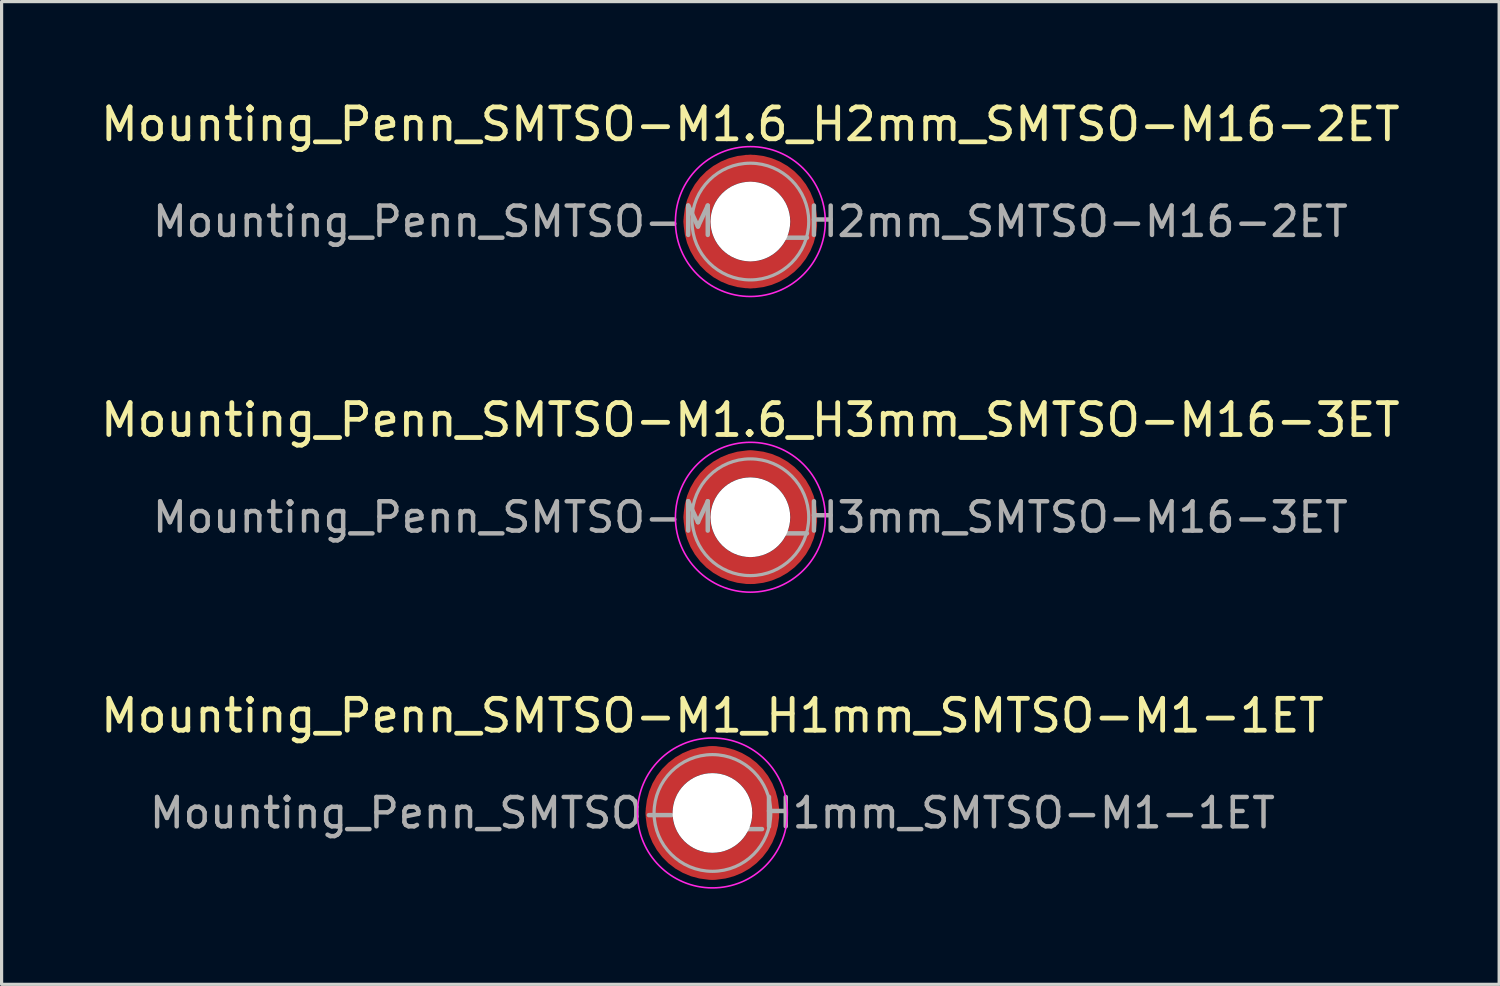
<source format=kicad_pcb>
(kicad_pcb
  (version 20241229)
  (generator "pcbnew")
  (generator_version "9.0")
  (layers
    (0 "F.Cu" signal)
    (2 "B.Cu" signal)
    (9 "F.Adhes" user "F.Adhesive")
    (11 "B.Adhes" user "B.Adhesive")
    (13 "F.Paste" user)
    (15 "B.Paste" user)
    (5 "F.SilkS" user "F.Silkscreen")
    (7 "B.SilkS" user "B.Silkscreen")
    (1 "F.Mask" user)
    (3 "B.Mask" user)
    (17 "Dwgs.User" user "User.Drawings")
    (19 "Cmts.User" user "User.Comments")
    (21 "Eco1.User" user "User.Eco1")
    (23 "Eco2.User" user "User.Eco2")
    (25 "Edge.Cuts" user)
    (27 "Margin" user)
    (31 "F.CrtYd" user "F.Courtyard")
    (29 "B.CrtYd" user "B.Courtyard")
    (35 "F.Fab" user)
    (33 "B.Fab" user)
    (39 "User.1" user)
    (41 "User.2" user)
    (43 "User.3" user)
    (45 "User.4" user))
  (footprint "Mounting_Penn_SMTSO-M1_H1mm_SMTSO-M1-1ET"
    (layer "F.Cu")
    (at 19.292 22.445)
    (property "Reference" "Mounting_Penn_SMTSO-M1_H1mm_SMTSO-M1-1ET" (at 0 -3.05 0) (layer "F.SilkS") (effects (font (size 1 1) (thickness 0.15))))
    (attr smd)
    (fp_circle (center 0 0) (end 2.35 0) (stroke (width 0.05) (type solid)) (fill no) (layer "F.CrtYd"))
    (fp_circle (center 0 0) (end 1.83 0) (stroke (width 0.1) (type solid)) (fill no) (layer "F.Fab"))
    (fp_text user "${REFERENCE}" (at 0 0 0) (layer "F.Fab") (effects (font (size 0.92 0.92) (thickness 0.14))))
    (pad "" smd custom (at -1.183 -1.183) (size 0.323 0.323) (layers "F.Paste") (options (anchor circle)) (primitives (gr_arc (start -0.23599 0.882636) (mid 0.157331 0.157331) (end 0.882636 -0.23599) (width 0.2)) (gr_arc (start -0.326841 0.882636) (mid 0.094399 0.094399) (end 0.882636 -0.326841) (width 0.2)) (gr_arc (start -0.417484 0.882636) (mid 0.031466 0.031466) (end 0.882636 -0.417484) (width 0.2)) (gr_arc (start -0.507952 0.882636) (mid -0.031466 -0.031466) (end 0.882636 -0.507952) (width 0.2)) (gr_arc (start -0.598273 0.882636) (mid -0.094399 -0.094399) (end 0.882636 -0.598273) (width 0.2)) (gr_arc (start -0.688467 0.882636) (mid -0.157332 -0.157332) (end 0.882636 -0.688467) (width 0.2)) (gr_line (start 0.883 -0.236) (end 0.883 -0.688) (width 0.2)) (gr_line (start -0.236 0.883) (end -0.688 0.883) (width 0.2))))
    (pad "" smd custom (at -1.183 1.183) (size 0.323 0.323) (layers "F.Paste") (options (anchor circle)) (primitives (gr_arc (start 0.882636 0.23599) (mid 0.157331 -0.157331) (end -0.23599 -0.882636) (width 0.2)) (gr_arc (start 0.882636 0.326841) (mid 0.094399 -0.094399) (end -0.326841 -0.882636) (width 0.2)) (gr_arc (start 0.882636 0.417484) (mid 0.031466 -0.031466) (end -0.417484 -0.882636) (width 0.2)) (gr_arc (start 0.882636 0.507952) (mid -0.031466 0.031466) (end -0.507952 -0.882636) (width 0.2)) (gr_arc (start 0.882636 0.598273) (mid -0.094399 0.094399) (end -0.598273 -0.882636) (width 0.2)) (gr_arc (start 0.882636 0.688467) (mid -0.157332 0.157332) (end -0.688467 -0.882636) (width 0.2)) (gr_line (start -0.236 -0.883) (end -0.688 -0.883) (width 0.2)) (gr_line (start 0.883 0.236) (end 0.883 0.688) (width 0.2))))
    (pad "" np_thru_hole circle (at 0 0) (size 2.5 2.5) (drill 2.5) (layers "*.Cu" "*.Mask"))
    (pad "" smd custom (at 1.183 -1.183) (size 0.323 0.323) (layers "F.Paste") (options (anchor circle)) (primitives (gr_arc (start -0.882636 -0.23599) (mid -0.157331 0.157331) (end 0.23599 0.882636) (width 0.2)) (gr_arc (start -0.882636 -0.326841) (mid -0.094399 0.094399) (end 0.326841 0.882636) (width 0.2)) (gr_arc (start -0.882636 -0.417484) (mid -0.031466 0.031466) (end 0.417484 0.882636) (width 0.2)) (gr_arc (start -0.882636 -0.507952) (mid 0.031466 -0.031466) (end 0.507952 0.882636) (width 0.2)) (gr_arc (start -0.882636 -0.598273) (mid 0.094399 -0.094399) (end 0.598273 0.882636) (width 0.2)) (gr_arc (start -0.882636 -0.688467) (mid 0.157332 -0.157332) (end 0.688467 0.882636) (width 0.2)) (gr_line (start 0.236 0.883) (end 0.688 0.883) (width 0.2)) (gr_line (start -0.883 -0.236) (end -0.883 -0.688) (width 0.2))))
    (pad "" smd custom (at 1.183 1.183) (size 0.323 0.323) (layers "F.Paste") (options (anchor circle)) (primitives (gr_arc (start 0.23599 -0.882636) (mid -0.157331 -0.157331) (end -0.882636 0.23599) (width 0.2)) (gr_arc (start 0.326841 -0.882636) (mid -0.094399 -0.094399) (end -0.882636 0.326841) (width 0.2)) (gr_arc (start 0.417484 -0.882636) (mid -0.031466 -0.031466) (end -0.882636 0.417484) (width 0.2)) (gr_arc (start 0.507952 -0.882636) (mid 0.031466 0.031466) (end -0.882636 0.507952) (width 0.2)) (gr_arc (start 0.598273 -0.882636) (mid 0.094399 0.094399) (end -0.882636 0.598273) (width 0.2)) (gr_arc (start 0.688467 -0.882636) (mid 0.157332 0.157332) (end -0.882636 0.688467) (width 0.2)) (gr_line (start -0.883 0.236) (end -0.883 0.688) (width 0.2)) (gr_line (start 0.236 -0.883) (end 0.688 -0.883) (width 0.2))))
    (pad "1" smd circle (at -1.673 0) (size 0.845 0.845) (layers "F.Cu"))
    (pad "1" smd circle (at 0 -1.673) (size 0.845 0.845) (layers "F.Cu"))
    (pad "1" smd circle (at 0 1.673) (size 0.845 0.845) (layers "F.Cu"))
    (pad "1" smd custom (at 1.673 0) (size 0.845 0.845) (layers "F.Cu" "F.Mask") (options (anchor circle)) (primitives (gr_circle (center -1.673 0) (end 0 0) (width 0.845) (fill no)))))
  (footprint "Mounting_Penn_SMTSO-M1.6_H2mm_SMTSO-M16-2ET"
    (layer "F.Cu")
    (at 20.482 3.898)
    (property "Reference" "Mounting_Penn_SMTSO-M1.6_H2mm_SMTSO-M16-2ET" (at 0 -3.05 0) (layer "F.SilkS") (effects (font (size 1 1) (thickness 0.15))))
    (attr smd)
    (fp_circle (center 0 0) (end 2.35 0) (stroke (width 0.05) (type solid)) (fill no) (layer "F.CrtYd"))
    (fp_circle (center 0 0) (end 1.83 0) (stroke (width 0.1) (type solid)) (fill no) (layer "F.Fab"))
    (fp_text user "${REFERENCE}" (at 0 0 0) (layer "F.Fab") (effects (font (size 0.92 0.92) (thickness 0.14))))
    (pad "" smd custom (at -1.183 -1.183) (size 0.323 0.323) (layers "F.Paste") (options (anchor circle)) (primitives (gr_arc (start -0.23599 0.882636) (mid 0.157331 0.157331) (end 0.882636 -0.23599) (width 0.2)) (gr_arc (start -0.326841 0.882636) (mid 0.094399 0.094399) (end 0.882636 -0.326841) (width 0.2)) (gr_arc (start -0.417484 0.882636) (mid 0.031466 0.031466) (end 0.882636 -0.417484) (width 0.2)) (gr_arc (start -0.507952 0.882636) (mid -0.031466 -0.031466) (end 0.882636 -0.507952) (width 0.2)) (gr_arc (start -0.598273 0.882636) (mid -0.094399 -0.094399) (end 0.882636 -0.598273) (width 0.2)) (gr_arc (start -0.688467 0.882636) (mid -0.157332 -0.157332) (end 0.882636 -0.688467) (width 0.2)) (gr_line (start 0.883 -0.236) (end 0.883 -0.688) (width 0.2)) (gr_line (start -0.236 0.883) (end -0.688 0.883) (width 0.2))))
    (pad "" smd custom (at -1.183 1.183) (size 0.323 0.323) (layers "F.Paste") (options (anchor circle)) (primitives (gr_arc (start 0.882636 0.23599) (mid 0.157331 -0.157331) (end -0.23599 -0.882636) (width 0.2)) (gr_arc (start 0.882636 0.326841) (mid 0.094399 -0.094399) (end -0.326841 -0.882636) (width 0.2)) (gr_arc (start 0.882636 0.417484) (mid 0.031466 -0.031466) (end -0.417484 -0.882636) (width 0.2)) (gr_arc (start 0.882636 0.507952) (mid -0.031466 0.031466) (end -0.507952 -0.882636) (width 0.2)) (gr_arc (start 0.882636 0.598273) (mid -0.094399 0.094399) (end -0.598273 -0.882636) (width 0.2)) (gr_arc (start 0.882636 0.688467) (mid -0.157332 0.157332) (end -0.688467 -0.882636) (width 0.2)) (gr_line (start -0.236 -0.883) (end -0.688 -0.883) (width 0.2)) (gr_line (start 0.883 0.236) (end 0.883 0.688) (width 0.2))))
    (pad "" np_thru_hole circle (at 0 0) (size 2.5 2.5) (drill 2.5) (layers "*.Cu" "*.Mask"))
    (pad "" smd custom (at 1.183 -1.183) (size 0.323 0.323) (layers "F.Paste") (options (anchor circle)) (primitives (gr_arc (start -0.882636 -0.23599) (mid -0.157331 0.157331) (end 0.23599 0.882636) (width 0.2)) (gr_arc (start -0.882636 -0.326841) (mid -0.094399 0.094399) (end 0.326841 0.882636) (width 0.2)) (gr_arc (start -0.882636 -0.417484) (mid -0.031466 0.031466) (end 0.417484 0.882636) (width 0.2)) (gr_arc (start -0.882636 -0.507952) (mid 0.031466 -0.031466) (end 0.507952 0.882636) (width 0.2)) (gr_arc (start -0.882636 -0.598273) (mid 0.094399 -0.094399) (end 0.598273 0.882636) (width 0.2)) (gr_arc (start -0.882636 -0.688467) (mid 0.157332 -0.157332) (end 0.688467 0.882636) (width 0.2)) (gr_line (start 0.236 0.883) (end 0.688 0.883) (width 0.2)) (gr_line (start -0.883 -0.236) (end -0.883 -0.688) (width 0.2))))
    (pad "" smd custom (at 1.183 1.183) (size 0.323 0.323) (layers "F.Paste") (options (anchor circle)) (primitives (gr_arc (start 0.23599 -0.882636) (mid -0.157331 -0.157331) (end -0.882636 0.23599) (width 0.2)) (gr_arc (start 0.326841 -0.882636) (mid -0.094399 -0.094399) (end -0.882636 0.326841) (width 0.2)) (gr_arc (start 0.417484 -0.882636) (mid -0.031466 -0.031466) (end -0.882636 0.417484) (width 0.2)) (gr_arc (start 0.507952 -0.882636) (mid 0.031466 0.031466) (end -0.882636 0.507952) (width 0.2)) (gr_arc (start 0.598273 -0.882636) (mid 0.094399 0.094399) (end -0.882636 0.598273) (width 0.2)) (gr_arc (start 0.688467 -0.882636) (mid 0.157332 0.157332) (end -0.882636 0.688467) (width 0.2)) (gr_line (start -0.883 0.236) (end -0.883 0.688) (width 0.2)) (gr_line (start 0.236 -0.883) (end 0.688 -0.883) (width 0.2))))
    (pad "1" smd circle (at -1.673 0) (size 0.845 0.845) (layers "F.Cu"))
    (pad "1" smd circle (at 0 -1.673) (size 0.845 0.845) (layers "F.Cu"))
    (pad "1" smd circle (at 0 1.673) (size 0.845 0.845) (layers "F.Cu"))
    (pad "1" smd custom (at 1.673 0) (size 0.845 0.845) (layers "F.Cu" "F.Mask") (options (anchor circle)) (primitives (gr_circle (center -1.673 0) (end 0 0) (width 0.845) (fill no)))))
  (footprint "Mounting_Penn_SMTSO-M1.6_H3mm_SMTSO-M16-3ET"
    (layer "F.Cu")
    (at 20.482 13.171)
    (property "Reference" "Mounting_Penn_SMTSO-M1.6_H3mm_SMTSO-M16-3ET" (at 0 -3.05 0) (layer "F.SilkS") (effects (font (size 1 1) (thickness 0.15))))
    (attr smd)
    (fp_circle (center 0 0) (end 2.35 0) (stroke (width 0.05) (type solid)) (fill no) (layer "F.CrtYd"))
    (fp_circle (center 0 0) (end 1.83 0) (stroke (width 0.1) (type solid)) (fill no) (layer "F.Fab"))
    (fp_text user "${REFERENCE}" (at 0 0 0) (layer "F.Fab") (effects (font (size 0.92 0.92) (thickness 0.14))))
    (pad "" smd custom (at -1.183 -1.183) (size 0.323 0.323) (layers "F.Paste") (options (anchor circle)) (primitives (gr_arc (start -0.23599 0.882636) (mid 0.157331 0.157331) (end 0.882636 -0.23599) (width 0.2)) (gr_arc (start -0.326841 0.882636) (mid 0.094399 0.094399) (end 0.882636 -0.326841) (width 0.2)) (gr_arc (start -0.417484 0.882636) (mid 0.031466 0.031466) (end 0.882636 -0.417484) (width 0.2)) (gr_arc (start -0.507952 0.882636) (mid -0.031466 -0.031466) (end 0.882636 -0.507952) (width 0.2)) (gr_arc (start -0.598273 0.882636) (mid -0.094399 -0.094399) (end 0.882636 -0.598273) (width 0.2)) (gr_arc (start -0.688467 0.882636) (mid -0.157332 -0.157332) (end 0.882636 -0.688467) (width 0.2)) (gr_line (start 0.883 -0.236) (end 0.883 -0.688) (width 0.2)) (gr_line (start -0.236 0.883) (end -0.688 0.883) (width 0.2))))
    (pad "" smd custom (at -1.183 1.183) (size 0.323 0.323) (layers "F.Paste") (options (anchor circle)) (primitives (gr_arc (start 0.882636 0.23599) (mid 0.157331 -0.157331) (end -0.23599 -0.882636) (width 0.2)) (gr_arc (start 0.882636 0.326841) (mid 0.094399 -0.094399) (end -0.326841 -0.882636) (width 0.2)) (gr_arc (start 0.882636 0.417484) (mid 0.031466 -0.031466) (end -0.417484 -0.882636) (width 0.2)) (gr_arc (start 0.882636 0.507952) (mid -0.031466 0.031466) (end -0.507952 -0.882636) (width 0.2)) (gr_arc (start 0.882636 0.598273) (mid -0.094399 0.094399) (end -0.598273 -0.882636) (width 0.2)) (gr_arc (start 0.882636 0.688467) (mid -0.157332 0.157332) (end -0.688467 -0.882636) (width 0.2)) (gr_line (start -0.236 -0.883) (end -0.688 -0.883) (width 0.2)) (gr_line (start 0.883 0.236) (end 0.883 0.688) (width 0.2))))
    (pad "" np_thru_hole circle (at 0 0) (size 2.5 2.5) (drill 2.5) (layers "*.Cu" "*.Mask"))
    (pad "" smd custom (at 1.183 -1.183) (size 0.323 0.323) (layers "F.Paste") (options (anchor circle)) (primitives (gr_arc (start -0.882636 -0.23599) (mid -0.157331 0.157331) (end 0.23599 0.882636) (width 0.2)) (gr_arc (start -0.882636 -0.326841) (mid -0.094399 0.094399) (end 0.326841 0.882636) (width 0.2)) (gr_arc (start -0.882636 -0.417484) (mid -0.031466 0.031466) (end 0.417484 0.882636) (width 0.2)) (gr_arc (start -0.882636 -0.507952) (mid 0.031466 -0.031466) (end 0.507952 0.882636) (width 0.2)) (gr_arc (start -0.882636 -0.598273) (mid 0.094399 -0.094399) (end 0.598273 0.882636) (width 0.2)) (gr_arc (start -0.882636 -0.688467) (mid 0.157332 -0.157332) (end 0.688467 0.882636) (width 0.2)) (gr_line (start 0.236 0.883) (end 0.688 0.883) (width 0.2)) (gr_line (start -0.883 -0.236) (end -0.883 -0.688) (width 0.2))))
    (pad "" smd custom (at 1.183 1.183) (size 0.323 0.323) (layers "F.Paste") (options (anchor circle)) (primitives (gr_arc (start 0.23599 -0.882636) (mid -0.157331 -0.157331) (end -0.882636 0.23599) (width 0.2)) (gr_arc (start 0.326841 -0.882636) (mid -0.094399 -0.094399) (end -0.882636 0.326841) (width 0.2)) (gr_arc (start 0.417484 -0.882636) (mid -0.031466 -0.031466) (end -0.882636 0.417484) (width 0.2)) (gr_arc (start 0.507952 -0.882636) (mid 0.031466 0.031466) (end -0.882636 0.507952) (width 0.2)) (gr_arc (start 0.598273 -0.882636) (mid 0.094399 0.094399) (end -0.882636 0.598273) (width 0.2)) (gr_arc (start 0.688467 -0.882636) (mid 0.157332 0.157332) (end -0.882636 0.688467) (width 0.2)) (gr_line (start -0.883 0.236) (end -0.883 0.688) (width 0.2)) (gr_line (start 0.236 -0.883) (end 0.688 -0.883) (width 0.2))))
    (pad "1" smd circle (at -1.673 0) (size 0.845 0.845) (layers "F.Cu"))
    (pad "1" smd circle (at 0 -1.673) (size 0.845 0.845) (layers "F.Cu"))
    (pad "1" smd circle (at 0 1.673) (size 0.845 0.845) (layers "F.Cu"))
    (pad "1" smd custom (at 1.673 0) (size 0.845 0.845) (layers "F.Cu" "F.Mask") (options (anchor circle)) (primitives (gr_circle (center -1.673 0) (end 0 0) (width 0.845) (fill no)))))
  (gr_rect
    (start -3 -3)
    (end 43.964 27.82)
    (stroke (width 0.1) (type default))
    (fill no)
    (layer "Edge.Cuts")))
</source>
